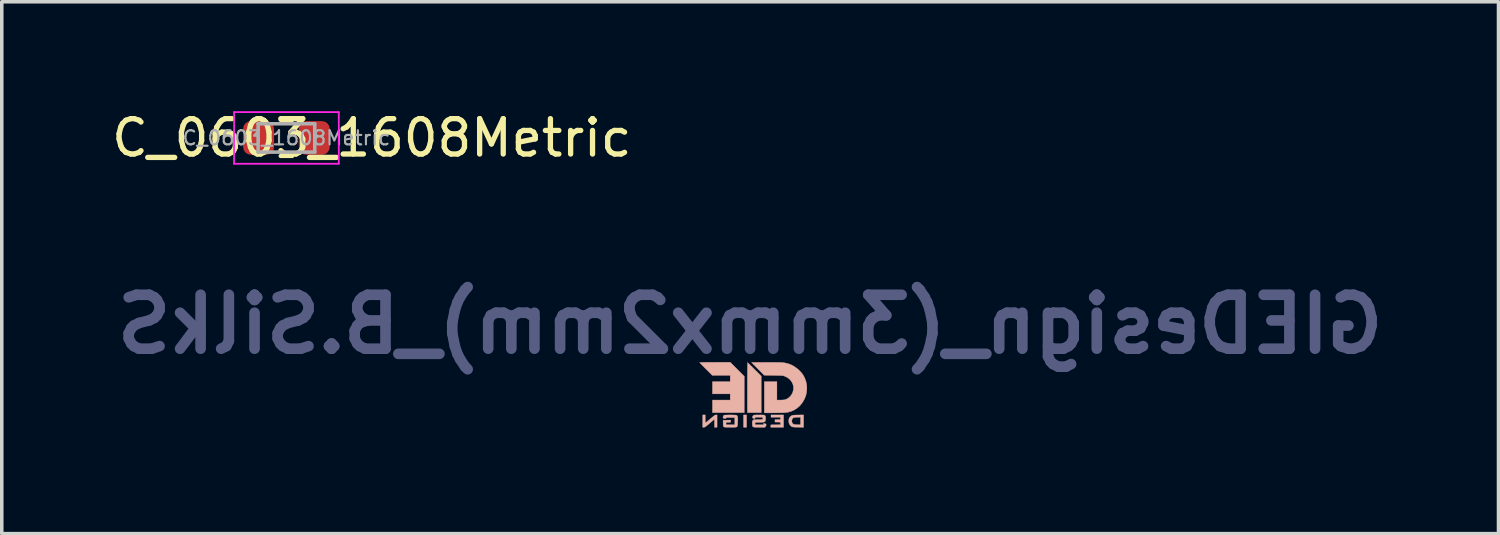
<source format=kicad_pcb>
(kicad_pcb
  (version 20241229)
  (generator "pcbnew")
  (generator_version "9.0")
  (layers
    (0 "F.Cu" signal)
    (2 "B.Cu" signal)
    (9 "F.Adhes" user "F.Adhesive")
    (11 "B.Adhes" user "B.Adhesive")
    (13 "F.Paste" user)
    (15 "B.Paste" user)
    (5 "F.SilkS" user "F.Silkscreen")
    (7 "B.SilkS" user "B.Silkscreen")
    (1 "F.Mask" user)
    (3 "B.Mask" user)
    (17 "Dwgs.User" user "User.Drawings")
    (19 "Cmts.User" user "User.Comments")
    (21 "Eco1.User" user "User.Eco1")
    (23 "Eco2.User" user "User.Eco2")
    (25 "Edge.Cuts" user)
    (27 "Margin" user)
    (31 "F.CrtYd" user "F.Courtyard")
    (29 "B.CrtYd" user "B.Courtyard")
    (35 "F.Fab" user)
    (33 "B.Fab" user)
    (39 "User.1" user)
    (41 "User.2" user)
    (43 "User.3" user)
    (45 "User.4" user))
  (footprint "GIEDesign_(3mmx2mm)_B.SilkS"
    (layer "F.Cu")
    (at 18.145 8.106)
    (property "Reference" "GIEDesign_(3mmx2mm)_B.SilkS" (at 0.005 -1.991 0) (layer "B.Fab") (effects (font (size 1.524 1.524) (thickness 0.3)) (justify mirror)))
    (attr through_hole)
    (fp_poly (pts (xy -0.182 0.919) (xy -0.095 0.919) (xy -0.095 0.571) (xy -0.182 0.571) (xy -0.182 0.919)) (stroke (width 0.01) (type solid)) (fill yes) (layer "B.SilkS"))
    (fp_poly (pts (xy 0.595 0.636) (xy 0.863 0.636) (xy 0.863 0.701) (xy 0.785 0.703) (xy 0.707 0.705) (xy 0.707 0.771) (xy 0.785 0.773) (xy 0.863 0.775) (xy 0.863 0.847) (xy 0.727 0.849) (xy 0.591 0.851) (xy 0.589 0.885) (xy 0.587 0.919) (xy 0.95 0.919) (xy 0.95 0.571) (xy 0.595 0.571) (xy 0.595 0.636)) (stroke (width 0.01) (type solid)) (fill yes) (layer "B.SilkS"))
    (fp_poly (pts (xy -0.068 -0.902) (xy -0.069 -0.882) (xy -0.07 -0.848) (xy -0.07 -0.804) (xy -0.071 -0.748) (xy -0.071 -0.683) (xy -0.072 -0.61) (xy -0.072 -0.529) (xy -0.073 -0.441) (xy -0.073 -0.348) (xy -0.073 -0.249) (xy -0.073 -0.202) (xy -0.073 0.506) (xy 0.319 0.506) (xy 0.319 -0.528) (xy 0.128 -0.719) (xy 0.085 -0.762) (xy 0.045 -0.802) (xy 0.009 -0.837) (xy -0.021 -0.866) (xy -0.045 -0.889) (xy -0.061 -0.904) (xy -0.067 -0.909) (xy -0.068 -0.909) (xy -0.068 -0.902)) (stroke (width 0.01) (type solid)) (fill yes) (layer "B.SilkS"))
    (fp_poly (pts (xy -1.067 -0.916) (xy -1.14 -0.916) (xy -1.208 -0.916) (xy -1.269 -0.915) (xy -1.321 -0.915) (xy -1.364 -0.914) (xy -1.396 -0.913) (xy -1.416 -0.912) (xy -1.423 -0.911) (xy -1.418 -0.905) (xy -1.404 -0.89) (xy -1.382 -0.867) (xy -1.353 -0.837) (xy -1.318 -0.802) (xy -1.279 -0.762) (xy -1.243 -0.726) (xy -1.063 -0.546) (xy -0.559 -0.546) (xy -0.559 -0.372) (xy -1.06 -0.372) (xy -1.06 -0.024) (xy -0.559 -0.024) (xy -0.559 0.15) (xy -1.06 0.15) (xy -1.06 0.506) (xy -0.16 0.506) (xy -0.16 -0.521) (xy -0.358 -0.719) (xy -0.556 -0.917) (xy -0.989 -0.917) (xy -1.067 -0.916)) (stroke (width 0.01) (type solid)) (fill yes) (layer "B.SilkS"))
    (fp_poly (pts (xy 1.362 0.572) (xy 1.31 0.573) (xy 1.271 0.574) (xy 1.241 0.576) (xy 1.22 0.578) (xy 1.204 0.58) (xy 1.192 0.584) (xy 1.181 0.589) (xy 1.179 0.59) (xy 1.142 0.616) (xy 1.116 0.648) (xy 1.101 0.688) (xy 1.096 0.738) (xy 1.096 0.743) (xy 1.101 0.794) (xy 1.117 0.836) (xy 1.143 0.871) (xy 1.158 0.885) (xy 1.172 0.896) (xy 1.187 0.904) (xy 1.205 0.909) (xy 1.229 0.913) (xy 1.261 0.915) (xy 1.303 0.917) (xy 1.357 0.918) (xy 1.362 0.918) (xy 1.516 0.921) (xy 1.516 0.848) (xy 1.429 0.848) (xy 1.34 0.846) (xy 1.297 0.844) (xy 1.265 0.841) (xy 1.243 0.836) (xy 1.228 0.83) (xy 1.204 0.809) (xy 1.188 0.78) (xy 1.182 0.745) (xy 1.187 0.709) (xy 1.194 0.691) (xy 1.205 0.672) (xy 1.217 0.658) (xy 1.235 0.649) (xy 1.26 0.643) (xy 1.294 0.639) (xy 1.337 0.638) (xy 1.429 0.635) (xy 1.429 0.848) (xy 1.516 0.848) (xy 1.516 0.57) (xy 1.362 0.572)) (stroke (width 0.01) (type solid)) (fill yes) (layer "B.SilkS"))
    (fp_poly (pts (xy -0.967 0.571) (xy -0.975 0.572) (xy -0.983 0.575) (xy -0.994 0.58) (xy -1.008 0.589) (xy -1.026 0.604) (xy -1.051 0.624) (xy -1.083 0.651) (xy -1.125 0.686) (xy -1.141 0.7) (xy -1.176 0.729) (xy -1.207 0.754) (xy -1.232 0.775) (xy -1.25 0.789) (xy -1.259 0.796) (xy -1.259 0.796) (xy -1.261 0.789) (xy -1.262 0.77) (xy -1.263 0.742) (xy -1.263 0.706) (xy -1.263 0.684) (xy -1.263 0.571) (xy -1.336 0.571) (xy -1.336 0.919) (xy -1.308 0.919) (xy -1.285 0.916) (xy -1.263 0.907) (xy -1.262 0.907) (xy -1.25 0.898) (xy -1.229 0.881) (xy -1.202 0.859) (xy -1.171 0.834) (xy -1.139 0.806) (xy -1.107 0.779) (xy -1.077 0.753) (xy -1.052 0.732) (xy -1.033 0.715) (xy -1.024 0.706) (xy -1.024 0.706) (xy -1.014 0.697) (xy -1.008 0.695) (xy -1.006 0.701) (xy -1.004 0.72) (xy -1.003 0.749) (xy -1.002 0.784) (xy -1.002 0.807) (xy -1.002 0.919) (xy -0.929 0.919) (xy -0.929 0.571) (xy -0.957 0.571) (xy -0.967 0.571)) (stroke (width 0.01) (type solid)) (fill yes) (layer "B.SilkS"))
    (fp_poly (pts (xy -0.601 0.571) (xy -0.644 0.572) (xy -0.681 0.573) (xy -0.709 0.574) (xy -0.726 0.575) (xy -0.729 0.576) (xy -0.743 0.586) (xy -0.753 0.605) (xy -0.76 0.626) (xy -0.762 0.646) (xy -0.757 0.66) (xy -0.755 0.662) (xy -0.744 0.665) (xy -0.725 0.669) (xy -0.712 0.67) (xy -0.69 0.672) (xy -0.679 0.671) (xy -0.676 0.665) (xy -0.675 0.659) (xy -0.675 0.654) (xy -0.672 0.649) (xy -0.665 0.647) (xy -0.652 0.645) (xy -0.63 0.644) (xy -0.597 0.644) (xy -0.553 0.644) (xy -0.429 0.644) (xy -0.429 0.847) (xy -0.675 0.847) (xy -0.675 0.782) (xy -0.548 0.778) (xy -0.546 0.747) (xy -0.544 0.716) (xy -0.651 0.718) (xy -0.759 0.72) (xy -0.758 0.806) (xy -0.758 0.84) (xy -0.757 0.866) (xy -0.754 0.885) (xy -0.747 0.9) (xy -0.735 0.909) (xy -0.715 0.915) (xy -0.687 0.918) (xy -0.649 0.919) (xy -0.599 0.92) (xy -0.556 0.919) (xy -0.502 0.919) (xy -0.46 0.919) (xy -0.429 0.918) (xy -0.407 0.917) (xy -0.391 0.915) (xy -0.381 0.912) (xy -0.373 0.909) (xy -0.369 0.905) (xy -0.362 0.9) (xy -0.357 0.893) (xy -0.354 0.882) (xy -0.351 0.867) (xy -0.349 0.843) (xy -0.348 0.809) (xy -0.346 0.771) (xy -0.344 0.715) (xy -0.344 0.671) (xy -0.346 0.638) (xy -0.349 0.622) (xy -0.353 0.607) (xy -0.359 0.595) (xy -0.368 0.586) (xy -0.381 0.579) (xy -0.401 0.575) (xy -0.428 0.573) (xy -0.466 0.572) (xy -0.515 0.571) (xy -0.553 0.571) (xy -0.601 0.571)) (stroke (width 0.01) (type solid)) (fill yes) (layer "B.SilkS"))
    (fp_poly (pts (xy 0.207 0.571) (xy 0.169 0.571) (xy 0.142 0.572) (xy 0.123 0.574) (xy 0.11 0.576) (xy 0.102 0.579) (xy 0.095 0.584) (xy 0.09 0.589) (xy 0.075 0.613) (xy 0.072 0.632) (xy 0.073 0.649) (xy 0.077 0.659) (xy 0.089 0.664) (xy 0.111 0.668) (xy 0.114 0.669) (xy 0.133 0.672) (xy 0.142 0.67) (xy 0.145 0.662) (xy 0.145 0.655) (xy 0.145 0.636) (xy 0.362 0.636) (xy 0.362 0.7) (xy 0.1 0.705) (xy 0.082 0.727) (xy 0.074 0.737) (xy 0.068 0.748) (xy 0.066 0.762) (xy 0.065 0.783) (xy 0.066 0.815) (xy 0.066 0.82) (xy 0.067 0.85) (xy 0.069 0.873) (xy 0.073 0.89) (xy 0.082 0.903) (xy 0.096 0.911) (xy 0.118 0.916) (xy 0.148 0.919) (xy 0.19 0.919) (xy 0.244 0.919) (xy 0.262 0.919) (xy 0.421 0.919) (xy 0.439 0.902) (xy 0.453 0.881) (xy 0.457 0.855) (xy 0.457 0.855) (xy 0.456 0.836) (xy 0.45 0.826) (xy 0.435 0.82) (xy 0.43 0.818) (xy 0.405 0.812) (xy 0.391 0.812) (xy 0.385 0.818) (xy 0.384 0.829) (xy 0.384 0.847) (xy 0.145 0.847) (xy 0.145 0.782) (xy 0.252 0.781) (xy 0.309 0.781) (xy 0.354 0.779) (xy 0.387 0.774) (xy 0.411 0.766) (xy 0.427 0.754) (xy 0.436 0.737) (xy 0.441 0.713) (xy 0.442 0.682) (xy 0.442 0.672) (xy 0.442 0.64) (xy 0.44 0.619) (xy 0.437 0.605) (xy 0.43 0.595) (xy 0.425 0.589) (xy 0.418 0.583) (xy 0.412 0.579) (xy 0.402 0.575) (xy 0.389 0.573) (xy 0.369 0.572) (xy 0.34 0.571) (xy 0.3 0.571) (xy 0.257 0.571) (xy 0.207 0.571)) (stroke (width 0.01) (type solid)) (fill yes) (layer "B.SilkS"))
    (fp_poly (pts (xy 0.496 -0.915) (xy 0.441 -0.915) (xy 0.045 -0.913) (xy 0.224 -0.732) (xy 0.402 -0.55) (xy 0.667 -0.546) (xy 0.736 -0.545) (xy 0.792 -0.544) (xy 0.837 -0.543) (xy 0.873 -0.542) (xy 0.9 -0.541) (xy 0.921 -0.539) (xy 0.938 -0.537) (xy 0.951 -0.534) (xy 0.963 -0.53) (xy 0.976 -0.526) (xy 0.981 -0.524) (xy 1.048 -0.491) (xy 1.107 -0.45) (xy 1.155 -0.4) (xy 1.192 -0.345) (xy 1.217 -0.284) (xy 1.23 -0.22) (xy 1.229 -0.153) (xy 1.227 -0.138) (xy 1.21 -0.073) (xy 1.182 -0.014) (xy 1.145 0.039) (xy 1.099 0.083) (xy 1.047 0.117) (xy 0.99 0.139) (xy 0.973 0.143) (xy 0.949 0.146) (xy 0.916 0.148) (xy 0.878 0.15) (xy 0.848 0.15) (xy 0.762 0.15) (xy 0.762 -0.372) (xy 0.406 -0.372) (xy 0.406 0.513) (xy 0.662 0.512) (xy 0.725 0.512) (xy 0.787 0.511) (xy 0.845 0.51) (xy 0.898 0.509) (xy 0.942 0.508) (xy 0.975 0.507) (xy 0.99 0.506) (xy 1.086 0.492) (xy 1.177 0.465) (xy 1.262 0.425) (xy 1.34 0.373) (xy 1.411 0.31) (xy 1.472 0.236) (xy 1.524 0.152) (xy 1.534 0.132) (xy 1.558 0.079) (xy 1.576 0.033) (xy 1.589 -0.013) (xy 1.599 -0.063) (xy 1.604 -0.104) (xy 1.609 -0.203) (xy 1.6 -0.302) (xy 1.577 -0.398) (xy 1.54 -0.49) (xy 1.499 -0.563) (xy 1.483 -0.586) (xy 1.46 -0.615) (xy 1.433 -0.646) (xy 1.417 -0.664) (xy 1.337 -0.738) (xy 1.253 -0.799) (xy 1.164 -0.847) (xy 1.069 -0.882) (xy 0.967 -0.904) (xy 0.919 -0.91) (xy 0.892 -0.911) (xy 0.853 -0.913) (xy 0.801 -0.914) (xy 0.738 -0.915) (xy 0.665 -0.915) (xy 0.584 -0.915) (xy 0.496 -0.915)) (stroke (width 0.01) (type solid)) (fill yes) (layer "B.SilkS")))
  (footprint "C_0603_1608Metric"
    (layer "F.Cu")
    (at 5.045 0.848)
    (property "Reference" "C_0603_1608Metric" (at 2.413 0 0) (layer "F.SilkS") (effects (font (size 1 1) (thickness 0.15))))
    (attr smd)
    (fp_line (start -0.163 -0.51) (end 0.163 -0.51) (stroke (width 0.12) (type solid)) (layer "F.SilkS"))
    (fp_line (start -0.163 0.51) (end 0.163 0.51) (stroke (width 0.12) (type solid)) (layer "F.SilkS"))
    (fp_line (start -1.48 -0.73) (end 1.48 -0.73) (stroke (width 0.05) (type solid)) (layer "F.CrtYd"))
    (fp_line (start -1.48 0.73) (end -1.48 -0.73) (stroke (width 0.05) (type solid)) (layer "F.CrtYd"))
    (fp_line (start 1.48 -0.73) (end 1.48 0.73) (stroke (width 0.05) (type solid)) (layer "F.CrtYd"))
    (fp_line (start 1.48 0.73) (end -1.48 0.73) (stroke (width 0.05) (type solid)) (layer "F.CrtYd"))
    (fp_line (start -0.8 -0.4) (end 0.8 -0.4) (stroke (width 0.1) (type solid)) (layer "F.Fab"))
    (fp_line (start -0.8 0.4) (end -0.8 -0.4) (stroke (width 0.1) (type solid)) (layer "F.Fab"))
    (fp_line (start 0.8 -0.4) (end 0.8 0.4) (stroke (width 0.1) (type solid)) (layer "F.Fab"))
    (fp_line (start 0.8 0.4) (end -0.8 0.4) (stroke (width 0.1) (type solid)) (layer "F.Fab"))
    (fp_text user "${REFERENCE}" (at 0 0 0) (layer "F.Fab") (effects (font (size 0.4 0.4) (thickness 0.06))))
    (pad "1" smd roundrect (at -0.787 0) (size 0.875 0.95) (layers "F.Cu" "F.Mask" "F.Paste") (roundrect_rratio 0.25))
    (pad "2" smd roundrect (at 0.787 0) (size 0.875 0.95) (layers "F.Cu" "F.Mask" "F.Paste") (roundrect_rratio 0.25)))
  (gr_rect
    (start -3 -3)
    (end 39.3 12.032)
    (stroke (width 0.1) (type default))
    (fill no)
    (layer "Edge.Cuts")))
</source>
